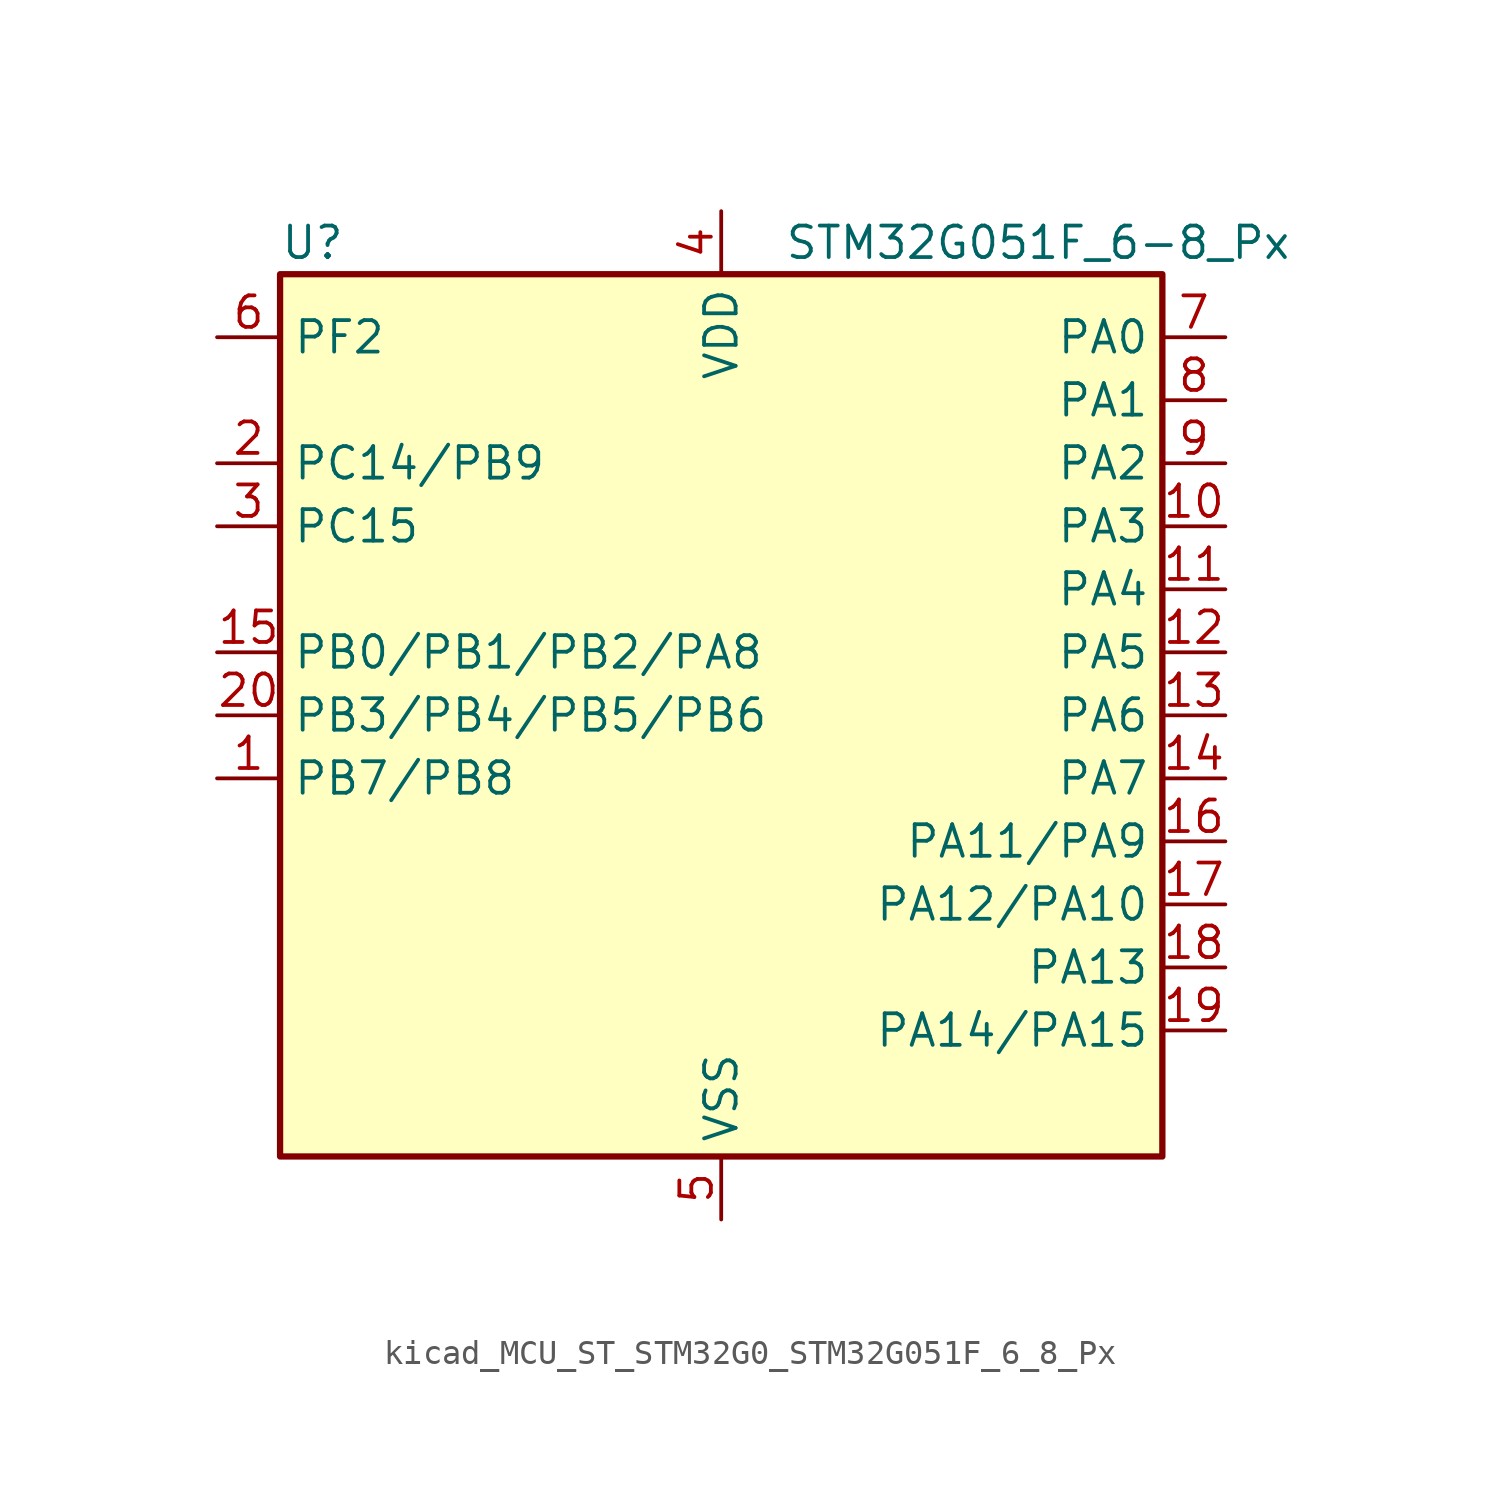
<source format=kicad_sym>
(kicad_symbol_lib
  (version 20220914)
  (generator kicad_symbol_editor)
  (symbol "kicad_MCU_ST_STM32G0_STM32G051F_6_8_Px"
    (property "Reference" "U"
      (at -17.78 19.05 0)
      (effects (font (size 1.27 1.27)) (justify left)))
    (property "Value" "STM32G051F_6-8_Px"
      (at 2.54 19.05 0)
      (effects (font (size 1.27 1.27)) (justify left)))
    (property "ki_locked" ""
      (at 0 0 0)
      (effects (font (size 1.27 1.27))))
    (symbol "kicad_MCU_ST_STM32G0_STM32G051F_6_8_Px_0_1"
      (rectangle (start -17.78 -17.78) (end 17.78 17.78) (stroke (width 0.254) (type default)) (fill (type background))))
    (symbol "kicad_MCU_ST_STM32G0_STM32G051F_6_8_Px_1_1"
      (pin bidirectional line (at -20.32 -2.54 0) (length 2.54) (name "PB7/PB8" (effects (font (size 1.27 1.27)))) (number "1" (effects (font (size 1.27 1.27)))) (alternate "ADC1_IN11" bidirectional line) (alternate "COMP2_INM" bidirectional line) (alternate "I2C1_SDA" bidirectional line) (alternate "LPTIM1_IN2" bidirectional line) (alternate "SPI2_MOSI" bidirectional line) (alternate "SYS_PVD_IN" bidirectional line) (alternate "TIM17_CH1N" bidirectional line) (alternate "USART1_RX" bidirectional line))
      (pin bidirectional line (at 20.32 7.62 180) (length 2.54) (name "PA3" (effects (font (size 1.27 1.27)))) (number "10" (effects (font (size 1.27 1.27)))) (alternate "ADC1_IN3" bidirectional line) (alternate "COMP2_INP" bidirectional line) (alternate "LPUART1_RX" bidirectional line) (alternate "SPI2_MISO" bidirectional line) (alternate "TIM15_CH2" bidirectional line) (alternate "TIM2_CH4" bidirectional line) (alternate "USART2_RX" bidirectional line))
      (pin bidirectional line (at 20.32 5.08 180) (length 2.54) (name "PA4" (effects (font (size 1.27 1.27)))) (number "11" (effects (font (size 1.27 1.27)))) (alternate "ADC1_IN4" bidirectional line) (alternate "DAC1_OUT1" bidirectional line) (alternate "I2S1_WS" bidirectional line) (alternate "LPTIM2_OUT" bidirectional line) (alternate "RTC_OUT1" bidirectional line) (alternate "RTC_TAMP_IN1" bidirectional line) (alternate "RTC_TS" bidirectional line) (alternate "SPI1_NSS" bidirectional line) (alternate "SPI2_MOSI" bidirectional line) (alternate "SYS_WKUP2" bidirectional line) (alternate "TIM14_CH1" bidirectional line))
      (pin bidirectional line (at 20.32 2.54 180) (length 2.54) (name "PA5" (effects (font (size 1.27 1.27)))) (number "12" (effects (font (size 1.27 1.27)))) (alternate "ADC1_IN5" bidirectional line) (alternate "DAC1_OUT2" bidirectional line) (alternate "I2S1_CK" bidirectional line) (alternate "LPTIM2_ETR" bidirectional line) (alternate "SPI1_SCK" bidirectional line) (alternate "TIM2_CH1" bidirectional line) (alternate "TIM2_ETR" bidirectional line))
      (pin bidirectional line (at 20.32 0 180) (length 2.54) (name "PA6" (effects (font (size 1.27 1.27)))) (number "13" (effects (font (size 1.27 1.27)))) (alternate "ADC1_IN6" bidirectional line) (alternate "COMP1_OUT" bidirectional line) (alternate "I2S1_MCK" bidirectional line) (alternate "LPUART1_CTS" bidirectional line) (alternate "SPI1_MISO" bidirectional line) (alternate "TIM16_CH1" bidirectional line) (alternate "TIM1_BK" bidirectional line) (alternate "TIM3_CH1" bidirectional line))
      (pin bidirectional line (at 20.32 -2.54 180) (length 2.54) (name "PA7" (effects (font (size 1.27 1.27)))) (number "14" (effects (font (size 1.27 1.27)))) (alternate "ADC1_IN7" bidirectional line) (alternate "COMP2_OUT" bidirectional line) (alternate "I2S1_SD" bidirectional line) (alternate "SPI1_MOSI" bidirectional line) (alternate "TIM14_CH1" bidirectional line) (alternate "TIM17_CH1" bidirectional line) (alternate "TIM1_CH1N" bidirectional line) (alternate "TIM3_CH2" bidirectional line))
      (pin bidirectional line (at -20.32 2.54 0) (length 2.54) (name "PB0/PB1/PB2/PA8" (effects (font (size 1.27 1.27)))) (number "15" (effects (font (size 1.27 1.27)))) (alternate "ADC1_IN8" bidirectional line) (alternate "COMP1_OUT" bidirectional line) (alternate "I2S1_WS" bidirectional line) (alternate "LPTIM1_OUT" bidirectional line) (alternate "SPI1_NSS" bidirectional line) (alternate "TIM1_CH2N" bidirectional line) (alternate "TIM3_CH3" bidirectional line))
      (pin bidirectional line (at 20.32 -5.08 180) (length 2.54) (name "PA11/PA9" (effects (font (size 1.27 1.27)))) (number "16" (effects (font (size 1.27 1.27)))) (alternate "ADC1_EXTI11" bidirectional line) (alternate "ADC1_IN15" bidirectional line) (alternate "COMP1_OUT" bidirectional line) (alternate "I2C2_SCL" bidirectional line) (alternate "I2S1_MCK" bidirectional line) (alternate "SPI1_MISO" bidirectional line) (alternate "TIM1_BK2" bidirectional line) (alternate "TIM1_CH4" bidirectional line) (alternate "USART1_CTS" bidirectional line) (alternate "USART1_NSS" bidirectional line))
      (pin bidirectional line (at 20.32 -7.62 180) (length 2.54) (name "PA12/PA10" (effects (font (size 1.27 1.27)))) (number "17" (effects (font (size 1.27 1.27)))) (alternate "ADC1_IN16" bidirectional line) (alternate "COMP2_OUT" bidirectional line) (alternate "I2C2_SDA" bidirectional line) (alternate "I2S1_SD" bidirectional line) (alternate "I2S_CKIN" bidirectional line) (alternate "SPI1_MOSI" bidirectional line) (alternate "TIM1_ETR" bidirectional line) (alternate "USART1_CK" bidirectional line) (alternate "USART1_DE" bidirectional line) (alternate "USART1_RTS" bidirectional line))
      (pin bidirectional line (at 20.32 -10.16 180) (length 2.54) (name "PA13" (effects (font (size 1.27 1.27)))) (number "18" (effects (font (size 1.27 1.27)))) (alternate "ADC1_IN17" bidirectional line) (alternate "IR_OUT" bidirectional line) (alternate "SYS_SWDIO" bidirectional line))
      (pin bidirectional line (at 20.32 -12.7 180) (length 2.54) (name "PA14/PA15" (effects (font (size 1.27 1.27)))) (number "19" (effects (font (size 1.27 1.27)))) (alternate "ADC1_IN18" bidirectional line) (alternate "SYS_SWCLK" bidirectional line) (alternate "USART2_TX" bidirectional line))
      (pin bidirectional line (at -20.32 10.16 0) (length 2.54) (name "PC14/PB9" (effects (font (size 1.27 1.27)))) (number "2" (effects (font (size 1.27 1.27)))) (alternate "RCC_OSC32_IN" bidirectional line) (alternate "RCC_OSC_IN" bidirectional line) (alternate "TIM1_BK2" bidirectional line))
      (pin bidirectional line (at -20.32 0 0) (length 2.54) (name "PB3/PB4/PB5/PB6" (effects (font (size 1.27 1.27)))) (number "20" (effects (font (size 1.27 1.27)))) (alternate "COMP2_INM" bidirectional line) (alternate "I2S1_CK" bidirectional line) (alternate "SPI1_SCK" bidirectional line) (alternate "TIM1_CH2" bidirectional line) (alternate "TIM2_CH2" bidirectional line) (alternate "USART1_CK" bidirectional line) (alternate "USART1_DE" bidirectional line) (alternate "USART1_RTS" bidirectional line))
      (pin bidirectional line (at -20.32 7.62 0) (length 2.54) (name "PC15" (effects (font (size 1.27 1.27)))) (number "3" (effects (font (size 1.27 1.27)))) (alternate "RCC_OSC32_EN" bidirectional line) (alternate "RCC_OSC32_OUT" bidirectional line) (alternate "RCC_OSC_EN" bidirectional line) (alternate "TIM15_BK" bidirectional line))
      (pin power_in line (at 0 20.32 270) (length 2.54) (name "VDD" (effects (font (size 1.27 1.27)))) (number "4" (effects (font (size 1.27 1.27)))))
      (pin power_in line (at 0 -20.32 90) (length 2.54) (name "VSS" (effects (font (size 1.27 1.27)))) (number "5" (effects (font (size 1.27 1.27)))))
      (pin bidirectional line (at -20.32 15.24 0) (length 2.54) (name "PF2" (effects (font (size 1.27 1.27)))) (number "6" (effects (font (size 1.27 1.27)))) (alternate "RCC_MCO" bidirectional line))
      (pin bidirectional line (at 20.32 15.24 180) (length 2.54) (name "PA0" (effects (font (size 1.27 1.27)))) (number "7" (effects (font (size 1.27 1.27)))) (alternate "ADC1_IN0" bidirectional line) (alternate "COMP1_INM" bidirectional line) (alternate "COMP1_OUT" bidirectional line) (alternate "LPTIM1_OUT" bidirectional line) (alternate "RTC_TAMP_IN2" bidirectional line) (alternate "SPI2_SCK" bidirectional line) (alternate "SYS_WKUP1" bidirectional line) (alternate "TIM2_CH1" bidirectional line) (alternate "TIM2_ETR" bidirectional line) (alternate "USART2_CTS" bidirectional line) (alternate "USART2_NSS" bidirectional line))
      (pin bidirectional line (at 20.32 12.7 180) (length 2.54) (name "PA1" (effects (font (size 1.27 1.27)))) (number "8" (effects (font (size 1.27 1.27)))) (alternate "ADC1_IN1" bidirectional line) (alternate "COMP1_INP" bidirectional line) (alternate "I2C1_SMBA" bidirectional line) (alternate "I2S1_CK" bidirectional line) (alternate "SPI1_SCK" bidirectional line) (alternate "TIM15_CH1N" bidirectional line) (alternate "TIM2_CH2" bidirectional line) (alternate "USART2_CK" bidirectional line) (alternate "USART2_DE" bidirectional line) (alternate "USART2_RTS" bidirectional line))
      (pin bidirectional line (at 20.32 10.16 180) (length 2.54) (name "PA2" (effects (font (size 1.27 1.27)))) (number "9" (effects (font (size 1.27 1.27)))) (alternate "ADC1_IN2" bidirectional line) (alternate "COMP2_INM" bidirectional line) (alternate "COMP2_OUT" bidirectional line) (alternate "I2S1_SD" bidirectional line) (alternate "LPUART1_TX" bidirectional line) (alternate "RCC_LSCO" bidirectional line) (alternate "SPI1_MOSI" bidirectional line) (alternate "SYS_WKUP4" bidirectional line) (alternate "TIM15_CH1" bidirectional line) (alternate "TIM2_CH3" bidirectional line) (alternate "USART2_TX" bidirectional line)))))
</source>
